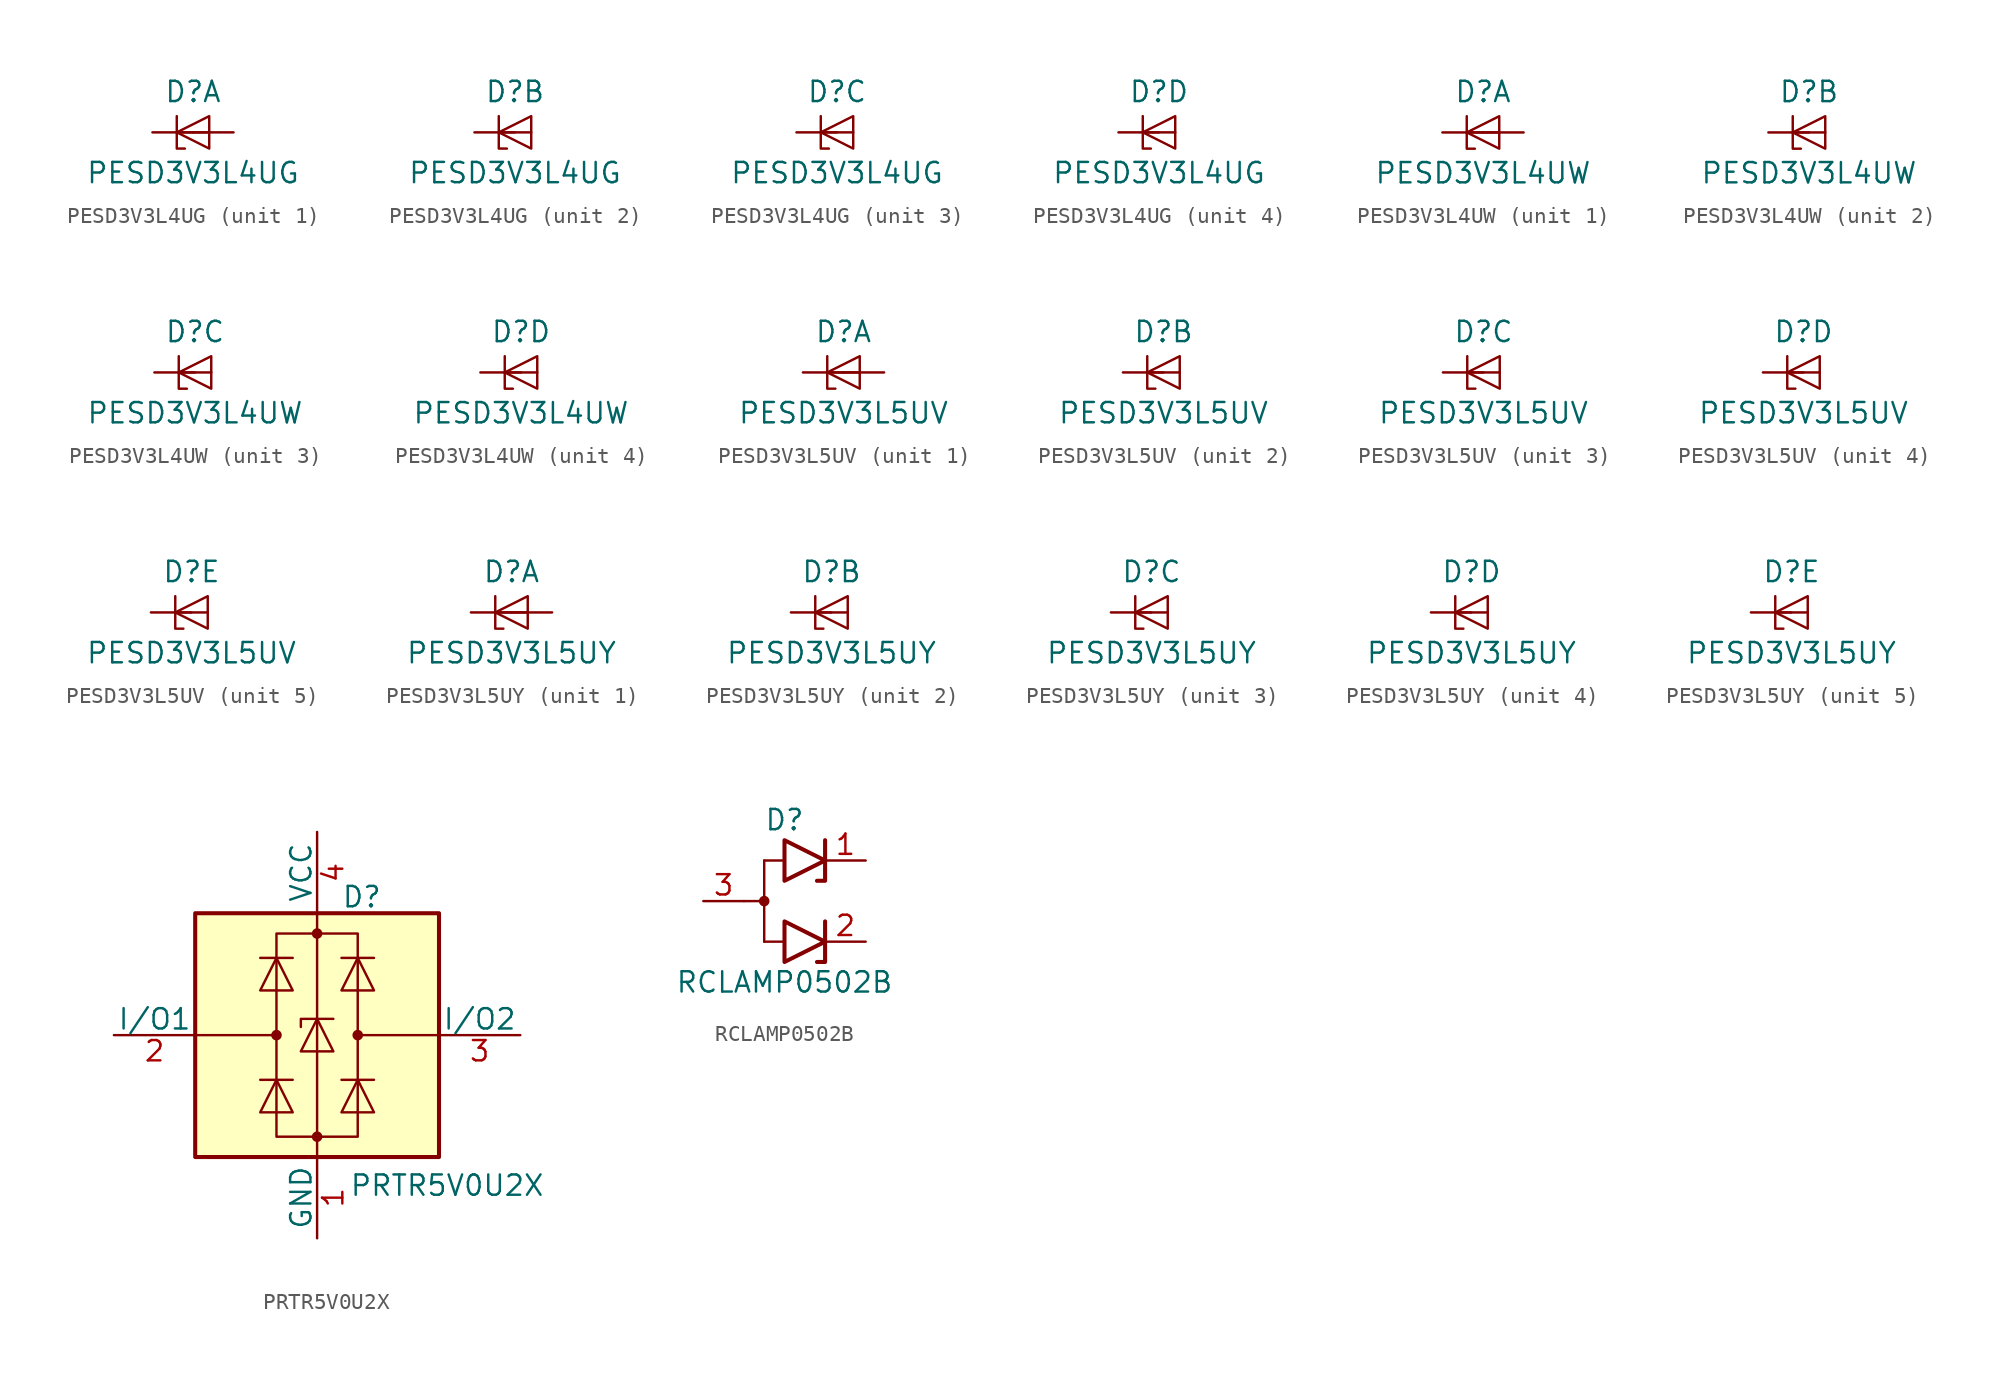
<source format=kicad_sym>
(kicad_symbol_lib
  (version 20241209)
  (generator "kicad_symbol_editor")
  (generator_version "9.0")
  (symbol "PESD3V3L4UG"
    (pin_numbers
      (hide yes))
    (pin_names
      (hide yes))
    (property "Reference" "D"
      (at 0 2.54 0)
      (effects (font (size 1.27 1.27))))
    (property "Value" "PESD3V3L4UG"
      (at 0 -2.54 0)
      (effects (font (size 1.27 1.27))))
    (property "ki_locked" ""
      (at 0 0 0)
      (effects (font (size 1.27 1.27))))
    (symbol "PESD3V3L4UG_0_1"
      (polyline (pts (xy -1.016 1.016) (xy -1.016 -1.016) (xy -0.508 -1.016)) (stroke (width 0) (type default)) (fill (type none)))
      (polyline (pts (xy -1.016 0) (xy 1.016 0)) (stroke (width 0) (type default)) (fill (type none)))
      (polyline (pts (xy 1.016 1.016) (xy -1.016 0) (xy 1.016 -1.016) (xy 1.016 1.016)) (stroke (width 0) (type default)) (fill (type none))))
    (symbol "PESD3V3L4UG_1_1"
      (pin passive line (at -2.54 0 0) (length 2.54) (name "K1" (effects (font (size 1.27 1.27)))) (number "1" (effects (font (size 1.27 1.27)))))
      (pin passive line (at 2.54 0 180) (length 2.54) (name "A" (effects (font (size 1.27 1.27)))) (number "2" (effects (font (size 1.27 1.27))))))
    (symbol "PESD3V3L4UG_2_1"
      (pin passive line (at -2.54 0 0) (length 2.54) (name "K2" (effects (font (size 1.27 1.27)))) (number "3" (effects (font (size 1.27 1.27))))))
    (symbol "PESD3V3L4UG_3_1"
      (pin passive line (at -2.54 0 0) (length 2.54) (name "K3" (effects (font (size 1.27 1.27)))) (number "4" (effects (font (size 1.27 1.27))))))
    (symbol "PESD3V3L4UG_4_1"
      (pin passive line (at -2.54 0 0) (length 2.54) (name "K4" (effects (font (size 1.27 1.27)))) (number "5" (effects (font (size 1.27 1.27)))))))
  (symbol "PESD3V3L4UW"
    (pin_numbers
      (hide yes))
    (pin_names
      (hide yes))
    (property "Reference" "D"
      (at 0 2.54 0)
      (effects (font (size 1.27 1.27))))
    (property "Value" "PESD3V3L4UW"
      (at 0 -2.54 0)
      (effects (font (size 1.27 1.27))))
    (property "ki_locked" ""
      (at 0 0 0)
      (effects (font (size 1.27 1.27))))
    (symbol "PESD3V3L4UW_0_1"
      (polyline (pts (xy -1.016 1.016) (xy -1.016 -1.016) (xy -0.508 -1.016)) (stroke (width 0) (type default)) (fill (type none)))
      (polyline (pts (xy -1.016 0) (xy 1.016 0)) (stroke (width 0) (type default)) (fill (type none)))
      (polyline (pts (xy 1.016 1.016) (xy -1.016 0) (xy 1.016 -1.016) (xy 1.016 1.016)) (stroke (width 0) (type default)) (fill (type none))))
    (symbol "PESD3V3L4UW_1_1"
      (pin passive line (at -2.54 0 0) (length 2.54) (name "K1" (effects (font (size 1.27 1.27)))) (number "1" (effects (font (size 1.27 1.27)))))
      (pin passive line (at 2.54 0 180) (length 2.54) (name "A" (effects (font (size 1.27 1.27)))) (number "2" (effects (font (size 1.27 1.27))))))
    (symbol "PESD3V3L4UW_2_1"
      (pin passive line (at -2.54 0 0) (length 2.54) (name "K2" (effects (font (size 1.27 1.27)))) (number "3" (effects (font (size 1.27 1.27))))))
    (symbol "PESD3V3L4UW_3_1"
      (pin passive line (at -2.54 0 0) (length 2.54) (name "K3" (effects (font (size 1.27 1.27)))) (number "4" (effects (font (size 1.27 1.27))))))
    (symbol "PESD3V3L4UW_4_1"
      (pin passive line (at -2.54 0 0) (length 2.54) (name "K4" (effects (font (size 1.27 1.27)))) (number "5" (effects (font (size 1.27 1.27)))))))
  (symbol "PESD3V3L5UV"
    (pin_numbers
      (hide yes))
    (pin_names
      (hide yes))
    (property "Reference" "D"
      (at 0 2.54 0)
      (effects (font (size 1.27 1.27))))
    (property "Value" "PESD3V3L5UV"
      (at 0 -2.54 0)
      (effects (font (size 1.27 1.27))))
    (property "ki_locked" ""
      (at 0 0 0)
      (effects (font (size 1.27 1.27))))
    (symbol "PESD3V3L5UV_0_1"
      (polyline (pts (xy -1.016 1.016) (xy -1.016 -1.016) (xy -0.508 -1.016)) (stroke (width 0) (type default)) (fill (type none)))
      (polyline (pts (xy -1.016 0) (xy 1.016 0)) (stroke (width 0) (type default)) (fill (type none)))
      (polyline (pts (xy 1.016 1.016) (xy -1.016 0) (xy 1.016 -1.016) (xy 1.016 1.016)) (stroke (width 0) (type default)) (fill (type none))))
    (symbol "PESD3V3L5UV_1_1"
      (pin passive line (at -2.54 0 0) (length 2.54) (name "K1" (effects (font (size 1.27 1.27)))) (number "1" (effects (font (size 1.27 1.27)))))
      (pin passive line (at 2.54 0 180) (length 2.54) (name "A" (effects (font (size 1.27 1.27)))) (number "2" (effects (font (size 1.27 1.27))))))
    (symbol "PESD3V3L5UV_2_1"
      (pin passive line (at -2.54 0 0) (length 2.54) (name "K2" (effects (font (size 1.27 1.27)))) (number "3" (effects (font (size 1.27 1.27))))))
    (symbol "PESD3V3L5UV_3_1"
      (pin passive line (at -2.54 0 0) (length 2.54) (name "K3" (effects (font (size 1.27 1.27)))) (number "4" (effects (font (size 1.27 1.27))))))
    (symbol "PESD3V3L5UV_4_1"
      (pin passive line (at -2.54 0 0) (length 2.54) (name "K4" (effects (font (size 1.27 1.27)))) (number "5" (effects (font (size 1.27 1.27))))))
    (symbol "PESD3V3L5UV_5_1"
      (pin passive line (at -2.54 0 0) (length 2.54) (name "K5" (effects (font (size 1.27 1.27)))) (number "6" (effects (font (size 1.27 1.27)))))))
  (symbol "PESD3V3L5UY"
    (pin_numbers
      (hide yes))
    (pin_names
      (hide yes))
    (property "Reference" "D"
      (at 0 2.54 0)
      (effects (font (size 1.27 1.27))))
    (property "Value" "PESD3V3L5UY"
      (at 0 -2.54 0)
      (effects (font (size 1.27 1.27))))
    (property "ki_locked" ""
      (at 0 0 0)
      (effects (font (size 1.27 1.27))))
    (symbol "PESD3V3L5UY_0_1"
      (polyline (pts (xy -1.016 1.016) (xy -1.016 -1.016) (xy -0.508 -1.016)) (stroke (width 0) (type default)) (fill (type none)))
      (polyline (pts (xy -1.016 0) (xy 1.016 0)) (stroke (width 0) (type default)) (fill (type none)))
      (polyline (pts (xy 1.016 1.016) (xy -1.016 0) (xy 1.016 -1.016) (xy 1.016 1.016)) (stroke (width 0) (type default)) (fill (type none))))
    (symbol "PESD3V3L5UY_1_1"
      (pin passive line (at -2.54 0 0) (length 2.54) (name "K1" (effects (font (size 1.27 1.27)))) (number "1" (effects (font (size 1.27 1.27)))))
      (pin passive line (at 2.54 0 180) (length 2.54) (name "A" (effects (font (size 1.27 1.27)))) (number "2" (effects (font (size 1.27 1.27))))))
    (symbol "PESD3V3L5UY_2_1"
      (pin passive line (at -2.54 0 0) (length 2.54) (name "K2" (effects (font (size 1.27 1.27)))) (number "3" (effects (font (size 1.27 1.27))))))
    (symbol "PESD3V3L5UY_3_1"
      (pin passive line (at -2.54 0 0) (length 2.54) (name "K3" (effects (font (size 1.27 1.27)))) (number "4" (effects (font (size 1.27 1.27))))))
    (symbol "PESD3V3L5UY_4_1"
      (pin passive line (at -2.54 0 0) (length 2.54) (name "K4" (effects (font (size 1.27 1.27)))) (number "5" (effects (font (size 1.27 1.27))))))
    (symbol "PESD3V3L5UY_5_1"
      (pin passive line (at -2.54 0 0) (length 2.54) (name "K5" (effects (font (size 1.27 1.27)))) (number "6" (effects (font (size 1.27 1.27)))))))
  (symbol "PRTR5V0U2X"
    (pin_names
      (offset 0))
    (property "Reference" "D"
      (at 2.794 8.636 0)
      (effects (font (size 1.27 1.27))))
    (property "Value" "PRTR5V0U2X"
      (at 8.128 -9.398 0)
      (effects (font (size 1.27 1.27))))
    (symbol "PRTR5V0U2X_0_1"
      (rectangle (start -7.62 -7.62) (end 7.62 7.62) (stroke (width 0.254) (type default)) (fill (type background)))
      (polyline (pts (xy -3.556 2.794) (xy -1.524 2.794) (xy -2.54 4.826) (xy -3.556 2.794)) (stroke (width 0) (type default)) (fill (type none)))
      (polyline (pts (xy -3.556 -4.826) (xy -1.524 -4.826) (xy -2.54 -2.794) (xy -3.556 -4.826)) (stroke (width 0) (type default)) (fill (type none)))
      (rectangle (start -2.54 6.35) (end 2.54 -6.35) (stroke (width 0) (type default)) (fill (type none)))
      (circle (center -2.54 0) (radius 0.254) (stroke (width 0) (type default)) (fill (type outline)))
      (polyline (pts (xy -2.54 0) (xy -7.62 0)) (stroke (width 0) (type default)) (fill (type none)))
      (polyline (pts (xy -1.524 4.826) (xy -3.556 4.826)) (stroke (width 0) (type default)) (fill (type none)))
      (polyline (pts (xy -1.524 -2.794) (xy -3.556 -2.794)) (stroke (width 0) (type default)) (fill (type none)))
      (polyline (pts (xy -1.016 -1.016) (xy 1.016 -1.016) (xy 0 1.016) (xy -1.016 -1.016)) (stroke (width 0) (type default)) (fill (type none)))
      (circle (center 0 6.35) (radius 0.254) (stroke (width 0) (type default)) (fill (type outline)))
      (circle (center 0 -6.35) (radius 0.254) (stroke (width 0) (type default)) (fill (type outline)))
      (polyline (pts (xy 0 -7.62) (xy 0 7.62)) (stroke (width 0) (type default)) (fill (type none)))
      (polyline (pts (xy 1.016 1.016) (xy -1.016 1.016) (xy -1.016 0.508)) (stroke (width 0) (type default)) (fill (type none)))
      (polyline (pts (xy 1.524 4.826) (xy 3.556 4.826)) (stroke (width 0) (type default)) (fill (type none)))
      (polyline (pts (xy 1.524 -2.794) (xy 3.556 -2.794)) (stroke (width 0) (type default)) (fill (type none)))
      (polyline (pts (xy 2.54 0) (xy 7.62 0)) (stroke (width 0) (type default)) (fill (type none)))
      (circle (center 2.54 0) (radius 0.254) (stroke (width 0) (type default)) (fill (type outline)))
      (polyline (pts (xy 3.556 2.794) (xy 1.524 2.794) (xy 2.54 4.826) (xy 3.556 2.794)) (stroke (width 0) (type default)) (fill (type none)))
      (polyline (pts (xy 3.556 -4.826) (xy 1.524 -4.826) (xy 2.54 -2.794) (xy 3.556 -4.826)) (stroke (width 0) (type default)) (fill (type none))))
    (symbol "PRTR5V0U2X_1_1"
      (pin passive line (at -12.7 0 0) (length 5.08) (name "I/O1" (effects (font (size 1.27 1.27)))) (number "2" (effects (font (size 1.27 1.27)))))
      (pin passive line (at 0 12.7 270) (length 5.08) (name "VCC" (effects (font (size 1.27 1.27)))) (number "4" (effects (font (size 1.27 1.27)))))
      (pin passive line (at 0 -12.7 90) (length 5.08) (name "GND" (effects (font (size 1.27 1.27)))) (number "1" (effects (font (size 1.27 1.27)))))
      (pin passive line (at 12.7 0 180) (length 5.08) (name "I/O2" (effects (font (size 1.27 1.27)))) (number "3" (effects (font (size 1.27 1.27)))))))
  (symbol "RCLAMP0502B"
    (pin_names
      (hide yes))
    (property "Reference" "D"
      (at 0 5.08 0)
      (effects (font (size 1.27 1.27))))
    (property "Value" "RCLAMP0502B"
      (at 0 -5.08 0)
      (effects (font (size 1.27 1.27))))
    (symbol "RCLAMP0502B_0_1"
      (polyline (pts (xy -2.54 0) (xy -1.27 0)) (stroke (width 0) (type default)) (fill (type none)))
      (polyline (pts (xy -1.27 2.54) (xy -1.27 -2.54)) (stroke (width 0) (type default)) (fill (type none)))
      (polyline (pts (xy 0 2.54) (xy -1.27 2.54)) (stroke (width 0.152) (type default)) (fill (type none)))
      (polyline (pts (xy 0 1.27) (xy 0 3.81) (xy 2.54 2.54) (xy 0 1.27)) (stroke (width 0.254) (type default)) (fill (type none)))
      (polyline (pts (xy 2.54 3.81) (xy 2.54 1.27) (xy 2.032 1.27)) (stroke (width 0.254) (type default)) (fill (type none)))
      (pin passive line (at -5.08 0 0) (length 2.54) (name "A" (effects (font (size 1.27 1.27)))) (number "3" (effects (font (size 1.27 1.27))))))
    (symbol "RCLAMP0502B_1_1"
      (circle (center -1.27 0) (radius 0.254) (stroke (width 0) (type default)) (fill (type outline)))
      (polyline (pts (xy 0 -2.54) (xy -1.27 -2.54)) (stroke (width 0.152) (type default)) (fill (type none)))
      (polyline (pts (xy 0 -3.81) (xy 0 -1.27) (xy 2.54 -2.54) (xy 0 -3.81)) (stroke (width 0.254) (type default)) (fill (type none)))
      (polyline (pts (xy 2.54 -1.27) (xy 2.54 -3.81) (xy 2.032 -3.81)) (stroke (width 0.254) (type default)) (fill (type none)))
      (pin passive line (at 5.08 2.54 180) (length 2.54) (name "K1" (effects (font (size 1.27 1.27)))) (number "1" (effects (font (size 1.27 1.27)))))
      (pin passive line (at 5.08 -2.54 180) (length 2.54) (name "K2" (effects (font (size 1.27 1.27)))) (number "2" (effects (font (size 1.27 1.27))))))))
</source>
